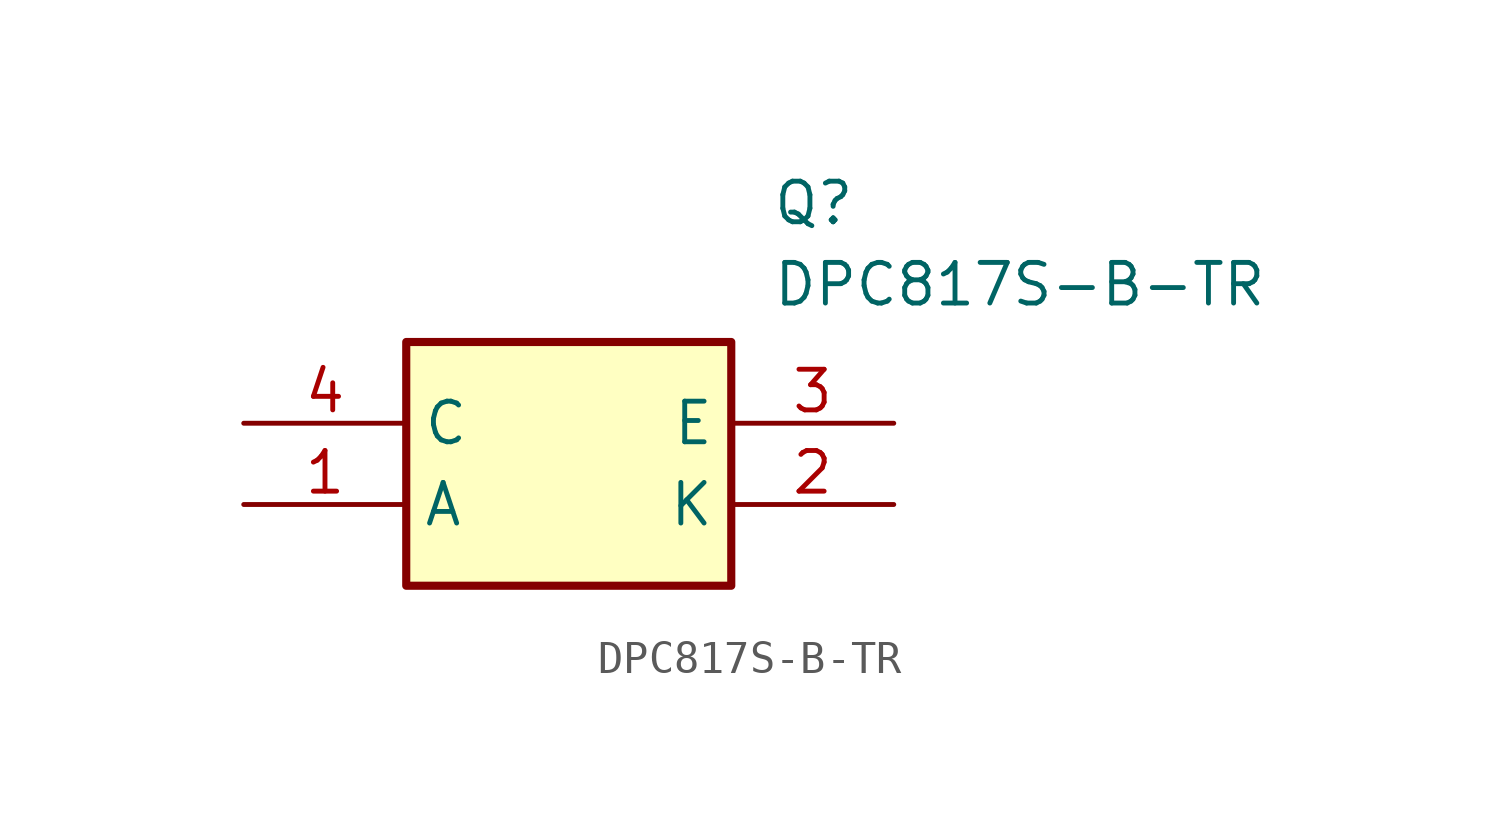
<source format=kicad_sym>
(kicad_symbol_lib
  (version 20211014)
  (generator SamacSys_ECAD_Model)
  (symbol "DPC817S-B-TR"
    (property "Reference" "Q"
      (at 16.51 7.62 0)
      (effects (font (size 1.27 1.27)) (justify left top)))
    (property "Value" "DPC817S-B-TR"
      (at 16.51 5.08 0)
      (effects (font (size 1.27 1.27)) (justify left top)))
    (rectangle
      (start 5.08 2.54)
      (end 15.24 -5.08)
      (stroke (width 0.254) (type default))
      (fill (type background)))
    (pin passive line
      (at 0 -2.54 0)
      (length 5.08)
      (name "A" (effects (font (size 1.27 1.27))))
      (number "1" (effects (font (size 1.27 1.27)))))
    (pin passive line
      (at 20.32 -2.54 180)
      (length 5.08)
      (name "K" (effects (font (size 1.27 1.27))))
      (number "2" (effects (font (size 1.27 1.27)))))
    (pin passive line
      (at 20.32 0 180)
      (length 5.08)
      (name "E" (effects (font (size 1.27 1.27))))
      (number "3" (effects (font (size 1.27 1.27)))))
    (pin passive line
      (at 0 0 0)
      (length 5.08)
      (name "C" (effects (font (size 1.27 1.27))))
      (number "4" (effects (font (size 1.27 1.27)))))))
</source>
